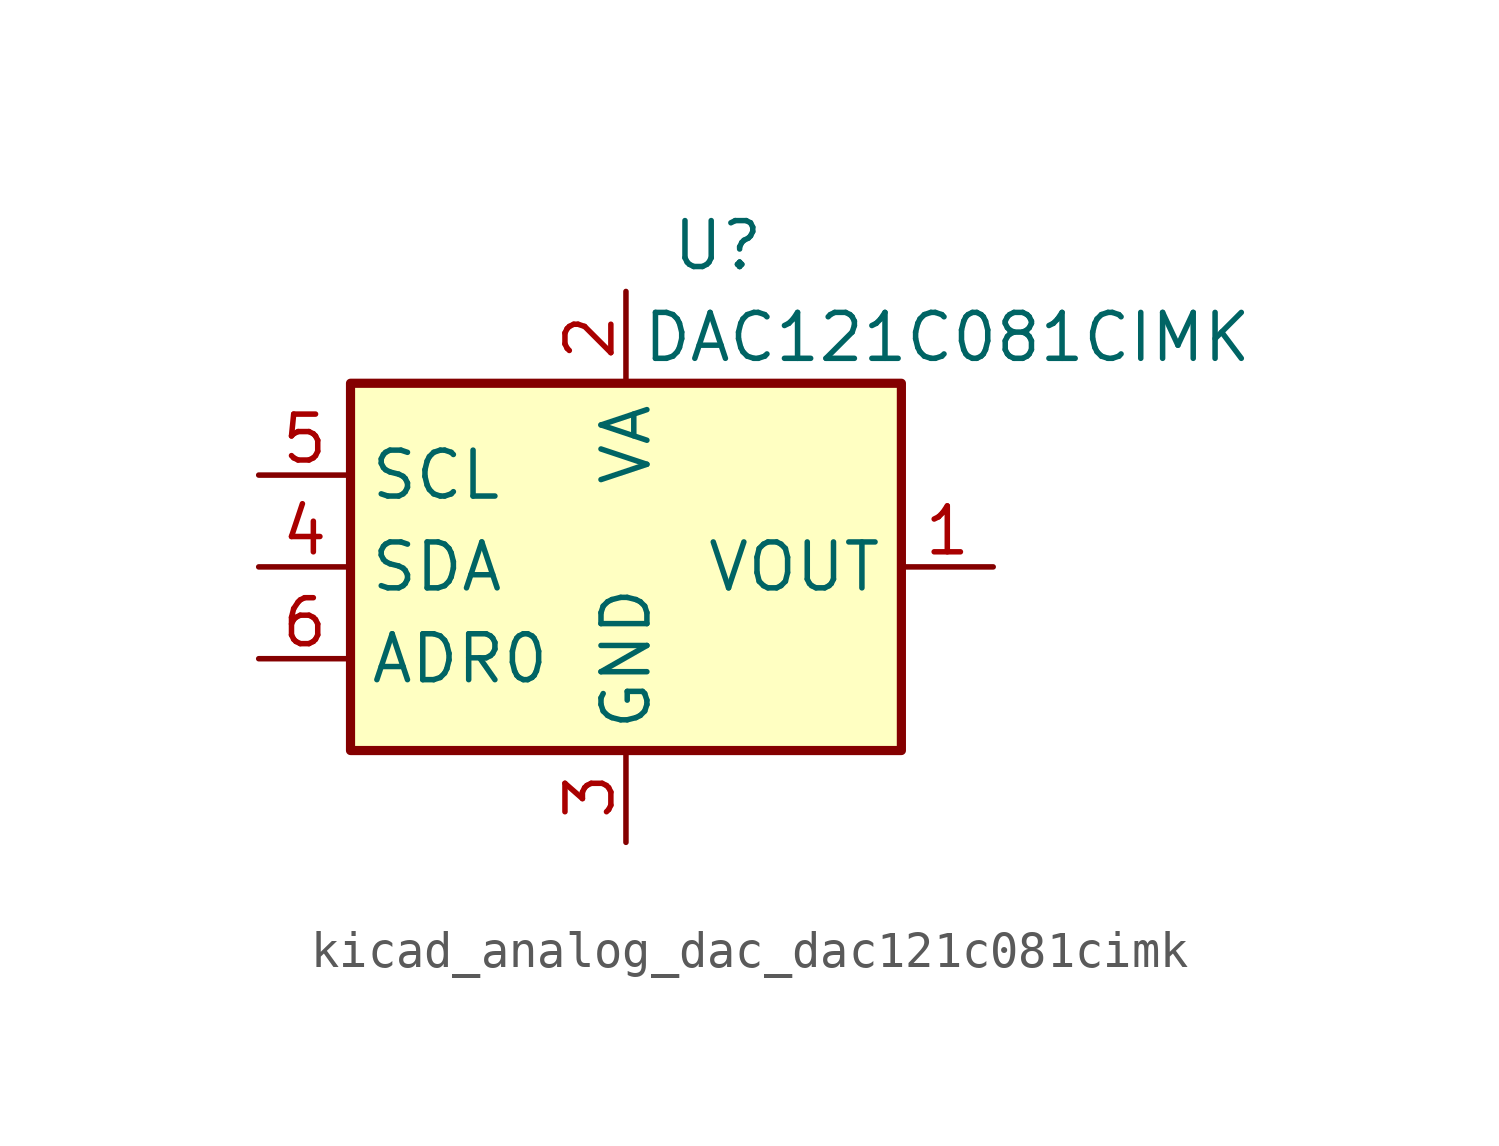
<source format=kicad_sym>
(kicad_symbol_lib
  (version 20220914)
  (generator kicad_symbol_editor)
  (symbol "kicad_analog_dac_dac121c081cimk"
    (property "Reference" "U"
      (at 2.54 8.89 0)
      (effects (font (size 1.27 1.27))))
    (property "Value" "DAC121C081CIMK"
      (at 8.89 6.35 0)
      (effects (font (size 1.27 1.27))))
    (symbol "kicad_analog_dac_dac121c081cimk_0_1"
      (rectangle (start -7.62 -5.08) (end 7.62 5.08) (stroke (width 0.254) (type default)) (fill (type background))))
    (symbol "kicad_analog_dac_dac121c081cimk_1_1"
      (pin output line (at 10.16 0 180) (length 2.54) (name "VOUT" (effects (font (size 1.27 1.27)))) (number "1" (effects (font (size 1.27 1.27)))))
      (pin power_in line (at 0 7.62 270) (length 2.54) (name "VA" (effects (font (size 1.27 1.27)))) (number "2" (effects (font (size 1.27 1.27)))))
      (pin power_in line (at 0 -7.62 90) (length 2.54) (name "GND" (effects (font (size 1.27 1.27)))) (number "3" (effects (font (size 1.27 1.27)))))
      (pin bidirectional line (at -10.16 0 0) (length 2.54) (name "SDA" (effects (font (size 1.27 1.27)))) (number "4" (effects (font (size 1.27 1.27)))))
      (pin input line (at -10.16 2.54 0) (length 2.54) (name "SCL" (effects (font (size 1.27 1.27)))) (number "5" (effects (font (size 1.27 1.27)))))
      (pin input line (at -10.16 -2.54 0) (length 2.54) (name "ADR0" (effects (font (size 1.27 1.27)))) (number "6" (effects (font (size 1.27 1.27))))))))
</source>
